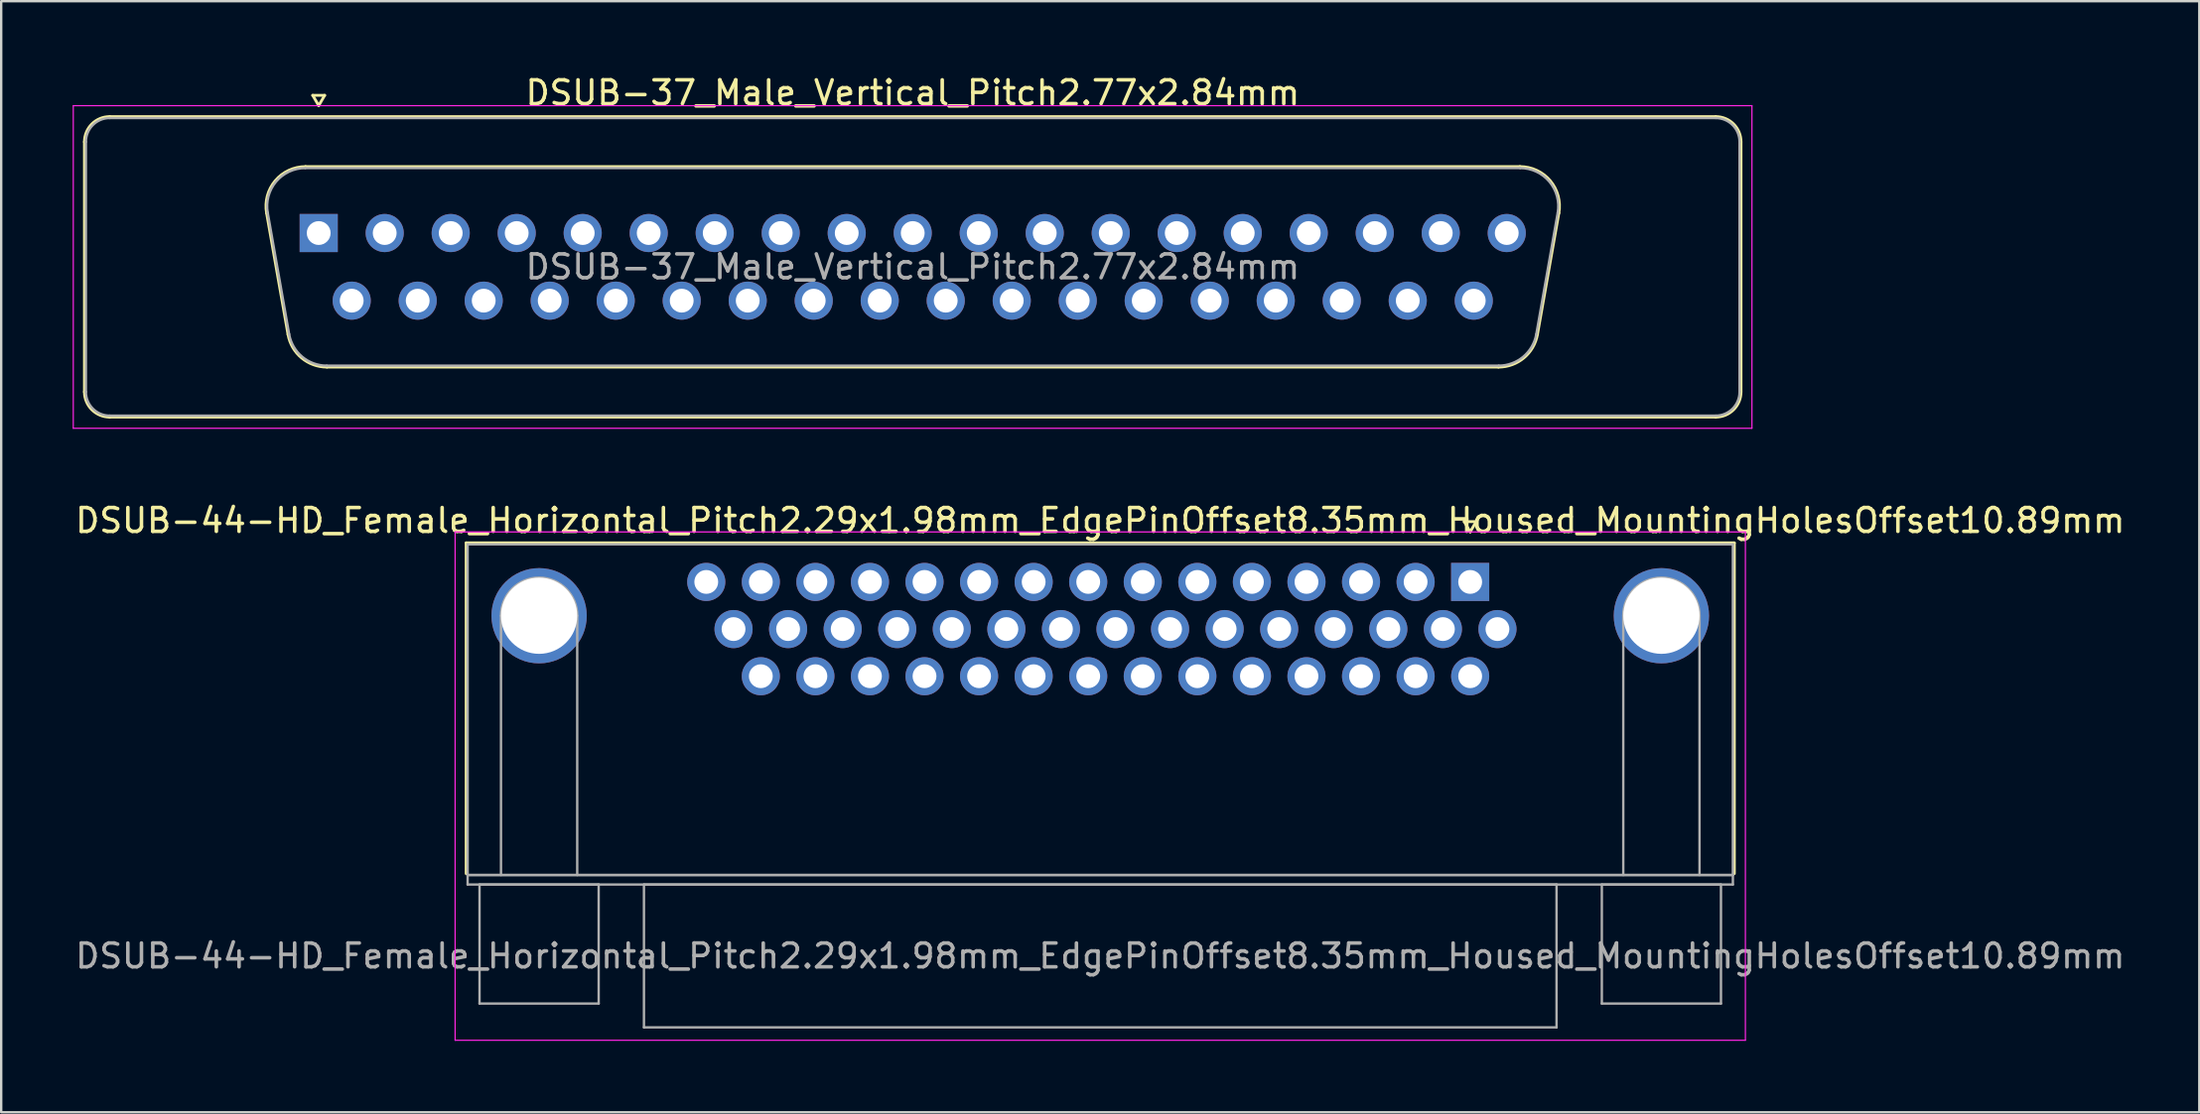
<source format=kicad_pcb>
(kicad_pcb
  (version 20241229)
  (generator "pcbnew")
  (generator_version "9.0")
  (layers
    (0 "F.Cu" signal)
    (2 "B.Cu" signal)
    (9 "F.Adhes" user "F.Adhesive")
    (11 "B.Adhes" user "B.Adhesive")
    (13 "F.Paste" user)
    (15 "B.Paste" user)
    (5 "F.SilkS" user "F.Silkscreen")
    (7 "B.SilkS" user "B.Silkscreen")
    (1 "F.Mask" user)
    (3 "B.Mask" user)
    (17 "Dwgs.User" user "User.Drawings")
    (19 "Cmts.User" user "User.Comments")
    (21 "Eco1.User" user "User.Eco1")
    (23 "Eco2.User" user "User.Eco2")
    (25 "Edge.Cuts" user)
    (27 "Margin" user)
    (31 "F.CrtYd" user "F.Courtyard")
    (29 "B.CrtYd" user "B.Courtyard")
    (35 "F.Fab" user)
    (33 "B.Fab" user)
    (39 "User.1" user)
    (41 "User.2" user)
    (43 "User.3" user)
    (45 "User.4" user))
  (footprint "DSUB-44-HD_Female_Horizontal_Pitch2.29x1.98mm_EdgePinOffset8.35mm_Housed_MountingHolesOffset10.89mm"
    (layer "F.Cu")
    (at 58.65 21.392)
    (property "Reference" "DSUB-44-HD_Female_Horizontal_Pitch2.29x1.98mm_EdgePinOffset8.35mm_Housed_MountingHolesOffset10.89mm" (at -15.525 -2.58 0) (layer "F.SilkS") (effects (font (size 1 1) (thickness 0.15))))
    (attr through_hole)
    (fp_line (start -42.135 -1.64) (end 11.085 -1.64) (stroke (width 0.12) (type solid)) (layer "F.SilkS"))
    (fp_line (start -42.135 12.25) (end -42.135 -1.64) (stroke (width 0.12) (type solid)) (layer "F.SilkS"))
    (fp_line (start -0.25 -2.534) (end 0.25 -2.534) (stroke (width 0.12) (type solid)) (layer "F.SilkS"))
    (fp_line (start 0 -2.101) (end -0.25 -2.534) (stroke (width 0.12) (type solid)) (layer "F.SilkS"))
    (fp_line (start 0.25 -2.534) (end 0 -2.101) (stroke (width 0.12) (type solid)) (layer "F.SilkS"))
    (fp_line (start 11.085 -1.64) (end 11.085 12.25) (stroke (width 0.12) (type solid)) (layer "F.SilkS"))
    (fp_line (start -42.6 -2.1) (end -42.6 19.25) (stroke (width 0.05) (type solid)) (layer "F.CrtYd"))
    (fp_line (start -42.6 19.25) (end 11.55 19.25) (stroke (width 0.05) (type solid)) (layer "F.CrtYd"))
    (fp_line (start 11.55 -2.1) (end -42.6 -2.1) (stroke (width 0.05) (type solid)) (layer "F.CrtYd"))
    (fp_line (start 11.55 19.25) (end 11.55 -2.1) (stroke (width 0.05) (type solid)) (layer "F.CrtYd"))
    (fp_line (start -42.075 -1.58) (end -42.075 12.31) (stroke (width 0.1) (type solid)) (layer "F.Fab"))
    (fp_line (start -42.075 12.31) (end -42.075 12.71) (stroke (width 0.1) (type solid)) (layer "F.Fab"))
    (fp_line (start -42.075 12.31) (end 11.025 12.31) (stroke (width 0.1) (type solid)) (layer "F.Fab"))
    (fp_line (start -42.075 12.71) (end 11.025 12.71) (stroke (width 0.1) (type solid)) (layer "F.Fab"))
    (fp_line (start -41.575 12.71) (end -41.575 17.71) (stroke (width 0.1) (type solid)) (layer "F.Fab"))
    (fp_line (start -41.575 17.71) (end -36.575 17.71) (stroke (width 0.1) (type solid)) (layer "F.Fab"))
    (fp_line (start -40.675 12.31) (end -40.675 1.42) (stroke (width 0.1) (type solid)) (layer "F.Fab"))
    (fp_line (start -37.475 12.31) (end -37.475 1.42) (stroke (width 0.1) (type solid)) (layer "F.Fab"))
    (fp_line (start -36.575 12.71) (end -41.575 12.71) (stroke (width 0.1) (type solid)) (layer "F.Fab"))
    (fp_line (start -36.575 17.71) (end -36.575 12.71) (stroke (width 0.1) (type solid)) (layer "F.Fab"))
    (fp_line (start -34.675 12.71) (end -34.675 18.71) (stroke (width 0.1) (type solid)) (layer "F.Fab"))
    (fp_line (start -34.675 18.71) (end 3.625 18.71) (stroke (width 0.1) (type solid)) (layer "F.Fab"))
    (fp_line (start 3.625 12.71) (end -34.675 12.71) (stroke (width 0.1) (type solid)) (layer "F.Fab"))
    (fp_line (start 3.625 18.71) (end 3.625 12.71) (stroke (width 0.1) (type solid)) (layer "F.Fab"))
    (fp_line (start 5.525 12.71) (end 5.525 17.71) (stroke (width 0.1) (type solid)) (layer "F.Fab"))
    (fp_line (start 5.525 17.71) (end 10.525 17.71) (stroke (width 0.1) (type solid)) (layer "F.Fab"))
    (fp_line (start 6.425 12.31) (end 6.425 1.42) (stroke (width 0.1) (type solid)) (layer "F.Fab"))
    (fp_line (start 9.625 12.31) (end 9.625 1.42) (stroke (width 0.1) (type solid)) (layer "F.Fab"))
    (fp_line (start 10.525 12.71) (end 5.525 12.71) (stroke (width 0.1) (type solid)) (layer "F.Fab"))
    (fp_line (start 10.525 17.71) (end 10.525 12.71) (stroke (width 0.1) (type solid)) (layer "F.Fab"))
    (fp_line (start 11.025 -1.58) (end -42.075 -1.58) (stroke (width 0.1) (type solid)) (layer "F.Fab"))
    (fp_line (start 11.025 12.31) (end -42.075 12.31) (stroke (width 0.1) (type solid)) (layer "F.Fab"))
    (fp_line (start 11.025 12.31) (end 11.025 -1.58) (stroke (width 0.1) (type solid)) (layer "F.Fab"))
    (fp_line (start 11.025 12.71) (end 11.025 12.31) (stroke (width 0.1) (type solid)) (layer "F.Fab"))
    (fp_arc (start -40.675 1.42) (mid -39.075 -0.18) (end -37.475 1.42) (stroke (width 0.1) (type solid)) (layer "F.Fab"))
    (fp_arc (start 6.425 1.42) (mid 8.025 -0.18) (end 9.625 1.42) (stroke (width 0.1) (type solid)) (layer "F.Fab"))
    (fp_text user "${REFERENCE}" (at -15.525 15.71 0) (layer "F.Fab") (effects (font (size 1 1) (thickness 0.15))))
    (pad "0" thru_hole circle (at -39.075 1.42) (size 4 4) (drill 3.2) (layers "*.Cu" "*.Mask"))
    (pad "0" thru_hole circle (at 8.025 1.42) (size 4 4) (drill 3.2) (layers "*.Cu" "*.Mask"))
    (pad "1" thru_hole rect (at 0 0) (size 1.6 1.6) (drill 1) (layers "*.Cu" "*.Mask"))
    (pad "2" thru_hole circle (at -2.29 0) (size 1.6 1.6) (drill 1) (layers "*.Cu" "*.Mask"))
    (pad "3" thru_hole circle (at -4.58 0) (size 1.6 1.6) (drill 1) (layers "*.Cu" "*.Mask"))
    (pad "4" thru_hole circle (at -6.87 0) (size 1.6 1.6) (drill 1) (layers "*.Cu" "*.Mask"))
    (pad "5" thru_hole circle (at -9.16 0) (size 1.6 1.6) (drill 1) (layers "*.Cu" "*.Mask"))
    (pad "6" thru_hole circle (at -11.45 0) (size 1.6 1.6) (drill 1) (layers "*.Cu" "*.Mask"))
    (pad "7" thru_hole circle (at -13.74 0) (size 1.6 1.6) (drill 1) (layers "*.Cu" "*.Mask"))
    (pad "8" thru_hole circle (at -16.03 0) (size 1.6 1.6) (drill 1) (layers "*.Cu" "*.Mask"))
    (pad "9" thru_hole circle (at -18.32 0) (size 1.6 1.6) (drill 1) (layers "*.Cu" "*.Mask"))
    (pad "10" thru_hole circle (at -20.61 0) (size 1.6 1.6) (drill 1) (layers "*.Cu" "*.Mask"))
    (pad "11" thru_hole circle (at -22.9 0) (size 1.6 1.6) (drill 1) (layers "*.Cu" "*.Mask"))
    (pad "12" thru_hole circle (at -25.19 0) (size 1.6 1.6) (drill 1) (layers "*.Cu" "*.Mask"))
    (pad "13" thru_hole circle (at -27.48 0) (size 1.6 1.6) (drill 1) (layers "*.Cu" "*.Mask"))
    (pad "14" thru_hole circle (at -29.77 0) (size 1.6 1.6) (drill 1) (layers "*.Cu" "*.Mask"))
    (pad "15" thru_hole circle (at -32.06 0) (size 1.6 1.6) (drill 1) (layers "*.Cu" "*.Mask"))
    (pad "16" thru_hole circle (at 1.145 1.98) (size 1.6 1.6) (drill 1) (layers "*.Cu" "*.Mask"))
    (pad "17" thru_hole circle (at -1.145 1.98) (size 1.6 1.6) (drill 1) (layers "*.Cu" "*.Mask"))
    (pad "18" thru_hole circle (at -3.435 1.98) (size 1.6 1.6) (drill 1) (layers "*.Cu" "*.Mask"))
    (pad "19" thru_hole circle (at -5.725 1.98) (size 1.6 1.6) (drill 1) (layers "*.Cu" "*.Mask"))
    (pad "20" thru_hole circle (at -8.015 1.98) (size 1.6 1.6) (drill 1) (layers "*.Cu" "*.Mask"))
    (pad "21" thru_hole circle (at -10.305 1.98) (size 1.6 1.6) (drill 1) (layers "*.Cu" "*.Mask"))
    (pad "22" thru_hole circle (at -12.595 1.98) (size 1.6 1.6) (drill 1) (layers "*.Cu" "*.Mask"))
    (pad "23" thru_hole circle (at -14.885 1.98) (size 1.6 1.6) (drill 1) (layers "*.Cu" "*.Mask"))
    (pad "24" thru_hole circle (at -17.175 1.98) (size 1.6 1.6) (drill 1) (layers "*.Cu" "*.Mask"))
    (pad "25" thru_hole circle (at -19.465 1.98) (size 1.6 1.6) (drill 1) (layers "*.Cu" "*.Mask"))
    (pad "26" thru_hole circle (at -21.755 1.98) (size 1.6 1.6) (drill 1) (layers "*.Cu" "*.Mask"))
    (pad "27" thru_hole circle (at -24.045 1.98) (size 1.6 1.6) (drill 1) (layers "*.Cu" "*.Mask"))
    (pad "28" thru_hole circle (at -26.335 1.98) (size 1.6 1.6) (drill 1) (layers "*.Cu" "*.Mask"))
    (pad "29" thru_hole circle (at -28.625 1.98) (size 1.6 1.6) (drill 1) (layers "*.Cu" "*.Mask"))
    (pad "30" thru_hole circle (at -30.915 1.98) (size 1.6 1.6) (drill 1) (layers "*.Cu" "*.Mask"))
    (pad "31" thru_hole circle (at 0 3.96) (size 1.6 1.6) (drill 1) (layers "*.Cu" "*.Mask"))
    (pad "32" thru_hole circle (at -2.29 3.96) (size 1.6 1.6) (drill 1) (layers "*.Cu" "*.Mask"))
    (pad "33" thru_hole circle (at -4.58 3.96) (size 1.6 1.6) (drill 1) (layers "*.Cu" "*.Mask"))
    (pad "34" thru_hole circle (at -6.87 3.96) (size 1.6 1.6) (drill 1) (layers "*.Cu" "*.Mask"))
    (pad "35" thru_hole circle (at -9.16 3.96) (size 1.6 1.6) (drill 1) (layers "*.Cu" "*.Mask"))
    (pad "36" thru_hole circle (at -11.45 3.96) (size 1.6 1.6) (drill 1) (layers "*.Cu" "*.Mask"))
    (pad "37" thru_hole circle (at -13.74 3.96) (size 1.6 1.6) (drill 1) (layers "*.Cu" "*.Mask"))
    (pad "38" thru_hole circle (at -16.03 3.96) (size 1.6 1.6) (drill 1) (layers "*.Cu" "*.Mask"))
    (pad "39" thru_hole circle (at -18.32 3.96) (size 1.6 1.6) (drill 1) (layers "*.Cu" "*.Mask"))
    (pad "40" thru_hole circle (at -20.61 3.96) (size 1.6 1.6) (drill 1) (layers "*.Cu" "*.Mask"))
    (pad "41" thru_hole circle (at -22.9 3.96) (size 1.6 1.6) (drill 1) (layers "*.Cu" "*.Mask"))
    (pad "42" thru_hole circle (at -25.19 3.96) (size 1.6 1.6) (drill 1) (layers "*.Cu" "*.Mask"))
    (pad "43" thru_hole circle (at -27.48 3.96) (size 1.6 1.6) (drill 1) (layers "*.Cu" "*.Mask"))
    (pad "44" thru_hole circle (at -29.77 3.96) (size 1.6 1.6) (drill 1) (layers "*.Cu" "*.Mask")))
  (footprint "DSUB-37_Male_Vertical_Pitch2.77x2.84mm"
    (layer "F.Cu")
    (at 10.325 6.738)
    (property "Reference" "DSUB-37_Male_Vertical_Pitch2.77x2.84mm" (at 24.93 -5.89 0) (layer "F.SilkS") (effects (font (size 1 1) (thickness 0.15))))
    (attr through_hole)
    (fp_line (start -9.83 6.67) (end -9.83 -3.83) (stroke (width 0.12) (type solid)) (layer "F.SilkS"))
    (fp_line (start -8.77 -4.89) (end 58.63 -4.89) (stroke (width 0.12) (type solid)) (layer "F.SilkS"))
    (fp_line (start -2.186 -0.842) (end -1.287 4.258) (stroke (width 0.12) (type solid)) (layer "F.SilkS"))
    (fp_line (start -0.552 -2.79) (end 50.412 -2.79) (stroke (width 0.12) (type solid)) (layer "F.SilkS"))
    (fp_line (start -0.25 -5.784) (end 0.25 -5.784) (stroke (width 0.12) (type solid)) (layer "F.SilkS"))
    (fp_line (start 0 -5.351) (end -0.25 -5.784) (stroke (width 0.12) (type solid)) (layer "F.SilkS"))
    (fp_line (start 0.25 -5.784) (end 0 -5.351) (stroke (width 0.12) (type solid)) (layer "F.SilkS"))
    (fp_line (start 0.348 5.63) (end 49.512 5.63) (stroke (width 0.12) (type solid)) (layer "F.SilkS"))
    (fp_line (start 52.046 -0.842) (end 51.147 4.258) (stroke (width 0.12) (type solid)) (layer "F.SilkS"))
    (fp_line (start 58.63 7.73) (end -8.77 7.73) (stroke (width 0.12) (type solid)) (layer "F.SilkS"))
    (fp_line (start 59.69 -3.83) (end 59.69 6.67) (stroke (width 0.12) (type solid)) (layer "F.SilkS"))
    (fp_arc (start -9.83 -3.83) (mid -9.519533 -4.579533) (end -8.77 -4.89) (stroke (width 0.12) (type solid)) (layer "F.SilkS"))
    (fp_arc (start -8.77 7.73) (mid -9.519533 7.419533) (end -9.83 6.67) (stroke (width 0.12) (type solid)) (layer "F.SilkS"))
    (fp_arc (start -2.18647 -0.841744) (mid -1.823323 -2.197028) (end -0.551689 -2.79) (stroke (width 0.12) (type solid)) (layer "F.SilkS"))
    (fp_arc (start 0.347579 5.63) (mid -0.719448 5.241634) (end -1.287202 4.258256) (stroke (width 0.12) (type solid)) (layer "F.SilkS"))
    (fp_arc (start 50.411689 -2.79) (mid 51.683323 -2.197027) (end 52.04647 -0.841744) (stroke (width 0.12) (type solid)) (layer "F.SilkS"))
    (fp_arc (start 51.147202 4.258256) (mid 50.579449 5.241634) (end 49.512421 5.63) (stroke (width 0.12) (type solid)) (layer "F.SilkS"))
    (fp_arc (start 58.63 -4.89) (mid 59.379533 -4.579533) (end 59.69 -3.83) (stroke (width 0.12) (type solid)) (layer "F.SilkS"))
    (fp_arc (start 59.69 6.67) (mid 59.379533 7.419533) (end 58.63 7.73) (stroke (width 0.12) (type solid)) (layer "F.SilkS"))
    (fp_line (start -10.3 -5.35) (end -10.3 8.2) (stroke (width 0.05) (type solid)) (layer "F.CrtYd"))
    (fp_line (start -10.3 8.2) (end 60.15 8.2) (stroke (width 0.05) (type solid)) (layer "F.CrtYd"))
    (fp_line (start 60.15 -5.35) (end -10.3 -5.35) (stroke (width 0.05) (type solid)) (layer "F.CrtYd"))
    (fp_line (start 60.15 8.2) (end 60.15 -5.35) (stroke (width 0.05) (type solid)) (layer "F.CrtYd"))
    (fp_line (start -9.77 6.67) (end -9.77 -3.83) (stroke (width 0.1) (type solid)) (layer "F.Fab"))
    (fp_line (start -8.77 -4.83) (end 58.63 -4.83) (stroke (width 0.1) (type solid)) (layer "F.Fab"))
    (fp_line (start -2.139 -0.852) (end -1.24 4.248) (stroke (width 0.1) (type solid)) (layer "F.Fab"))
    (fp_line (start -0.563 -2.73) (end 50.423 -2.73) (stroke (width 0.1) (type solid)) (layer "F.Fab"))
    (fp_line (start 0.336 5.57) (end 49.524 5.57) (stroke (width 0.1) (type solid)) (layer "F.Fab"))
    (fp_line (start 51.999 -0.852) (end 51.1 4.248) (stroke (width 0.1) (type solid)) (layer "F.Fab"))
    (fp_line (start 58.63 7.67) (end -8.77 7.67) (stroke (width 0.1) (type solid)) (layer "F.Fab"))
    (fp_line (start 59.63 -3.83) (end 59.63 6.67) (stroke (width 0.1) (type solid)) (layer "F.Fab"))
    (fp_arc (start -9.77 -3.83) (mid -9.477107 -4.537107) (end -8.77 -4.83) (stroke (width 0.1) (type solid)) (layer "F.Fab"))
    (fp_arc (start -8.77 7.67) (mid -9.477107 7.377107) (end -9.77 6.67) (stroke (width 0.1) (type solid)) (layer "F.Fab"))
    (fp_arc (start -2.138886 -0.852163) (mid -1.788865 -2.15846) (end -0.563194 -2.73) (stroke (width 0.1) (type solid)) (layer "F.Fab"))
    (fp_arc (start 0.336073 5.57) (mid -0.692387 5.195671) (end -1.239619 4.247837) (stroke (width 0.1) (type solid)) (layer "F.Fab"))
    (fp_arc (start 50.423194 -2.73) (mid 51.648865 -2.15846) (end 51.998886 -0.852163) (stroke (width 0.1) (type solid)) (layer "F.Fab"))
    (fp_arc (start 51.099619 4.247837) (mid 50.552387 5.195671) (end 49.523927 5.57) (stroke (width 0.1) (type solid)) (layer "F.Fab"))
    (fp_arc (start 58.63 -4.83) (mid 59.337107 -4.537107) (end 59.63 -3.83) (stroke (width 0.1) (type solid)) (layer "F.Fab"))
    (fp_arc (start 59.63 6.67) (mid 59.337107 7.377107) (end 58.63 7.67) (stroke (width 0.1) (type solid)) (layer "F.Fab"))
    (fp_text user "${REFERENCE}" (at 24.93 1.42 0) (layer "F.Fab") (effects (font (size 1 1) (thickness 0.15))))
    (pad "1" thru_hole rect (at 0 0) (size 1.6 1.6) (drill 1) (layers "*.Cu" "*.Mask"))
    (pad "2" thru_hole circle (at 2.77 0) (size 1.6 1.6) (drill 1) (layers "*.Cu" "*.Mask"))
    (pad "3" thru_hole circle (at 5.54 0) (size 1.6 1.6) (drill 1) (layers "*.Cu" "*.Mask"))
    (pad "4" thru_hole circle (at 8.31 0) (size 1.6 1.6) (drill 1) (layers "*.Cu" "*.Mask"))
    (pad "5" thru_hole circle (at 11.08 0) (size 1.6 1.6) (drill 1) (layers "*.Cu" "*.Mask"))
    (pad "6" thru_hole circle (at 13.85 0) (size 1.6 1.6) (drill 1) (layers "*.Cu" "*.Mask"))
    (pad "7" thru_hole circle (at 16.62 0) (size 1.6 1.6) (drill 1) (layers "*.Cu" "*.Mask"))
    (pad "8" thru_hole circle (at 19.39 0) (size 1.6 1.6) (drill 1) (layers "*.Cu" "*.Mask"))
    (pad "9" thru_hole circle (at 22.16 0) (size 1.6 1.6) (drill 1) (layers "*.Cu" "*.Mask"))
    (pad "10" thru_hole circle (at 24.93 0) (size 1.6 1.6) (drill 1) (layers "*.Cu" "*.Mask"))
    (pad "11" thru_hole circle (at 27.7 0) (size 1.6 1.6) (drill 1) (layers "*.Cu" "*.Mask"))
    (pad "12" thru_hole circle (at 30.47 0) (size 1.6 1.6) (drill 1) (layers "*.Cu" "*.Mask"))
    (pad "13" thru_hole circle (at 33.24 0) (size 1.6 1.6) (drill 1) (layers "*.Cu" "*.Mask"))
    (pad "14" thru_hole circle (at 36.01 0) (size 1.6 1.6) (drill 1) (layers "*.Cu" "*.Mask"))
    (pad "15" thru_hole circle (at 38.78 0) (size 1.6 1.6) (drill 1) (layers "*.Cu" "*.Mask"))
    (pad "16" thru_hole circle (at 41.55 0) (size 1.6 1.6) (drill 1) (layers "*.Cu" "*.Mask"))
    (pad "17" thru_hole circle (at 44.32 0) (size 1.6 1.6) (drill 1) (layers "*.Cu" "*.Mask"))
    (pad "18" thru_hole circle (at 47.09 0) (size 1.6 1.6) (drill 1) (layers "*.Cu" "*.Mask"))
    (pad "19" thru_hole circle (at 49.86 0) (size 1.6 1.6) (drill 1) (layers "*.Cu" "*.Mask"))
    (pad "20" thru_hole circle (at 1.385 2.84) (size 1.6 1.6) (drill 1) (layers "*.Cu" "*.Mask"))
    (pad "21" thru_hole circle (at 4.155 2.84) (size 1.6 1.6) (drill 1) (layers "*.Cu" "*.Mask"))
    (pad "22" thru_hole circle (at 6.925 2.84) (size 1.6 1.6) (drill 1) (layers "*.Cu" "*.Mask"))
    (pad "23" thru_hole circle (at 9.695 2.84) (size 1.6 1.6) (drill 1) (layers "*.Cu" "*.Mask"))
    (pad "24" thru_hole circle (at 12.465 2.84) (size 1.6 1.6) (drill 1) (layers "*.Cu" "*.Mask"))
    (pad "25" thru_hole circle (at 15.235 2.84) (size 1.6 1.6) (drill 1) (layers "*.Cu" "*.Mask"))
    (pad "26" thru_hole circle (at 18.005 2.84) (size 1.6 1.6) (drill 1) (layers "*.Cu" "*.Mask"))
    (pad "27" thru_hole circle (at 20.775 2.84) (size 1.6 1.6) (drill 1) (layers "*.Cu" "*.Mask"))
    (pad "28" thru_hole circle (at 23.545 2.84) (size 1.6 1.6) (drill 1) (layers "*.Cu" "*.Mask"))
    (pad "29" thru_hole circle (at 26.315 2.84) (size 1.6 1.6) (drill 1) (layers "*.Cu" "*.Mask"))
    (pad "30" thru_hole circle (at 29.085 2.84) (size 1.6 1.6) (drill 1) (layers "*.Cu" "*.Mask"))
    (pad "31" thru_hole circle (at 31.855 2.84) (size 1.6 1.6) (drill 1) (layers "*.Cu" "*.Mask"))
    (pad "32" thru_hole circle (at 34.625 2.84) (size 1.6 1.6) (drill 1) (layers "*.Cu" "*.Mask"))
    (pad "33" thru_hole circle (at 37.395 2.84) (size 1.6 1.6) (drill 1) (layers "*.Cu" "*.Mask"))
    (pad "34" thru_hole circle (at 40.165 2.84) (size 1.6 1.6) (drill 1) (layers "*.Cu" "*.Mask"))
    (pad "35" thru_hole circle (at 42.935 2.84) (size 1.6 1.6) (drill 1) (layers "*.Cu" "*.Mask"))
    (pad "36" thru_hole circle (at 45.705 2.84) (size 1.6 1.6) (drill 1) (layers "*.Cu" "*.Mask"))
    (pad "37" thru_hole circle (at 48.475 2.84) (size 1.6 1.6) (drill 1) (layers "*.Cu" "*.Mask")))
  (gr_rect
    (start -3 -3)
    (end 89.25 43.666)
    (stroke (width 0.1) (type default))
    (fill no)
    (layer "Edge.Cuts")))
</source>
